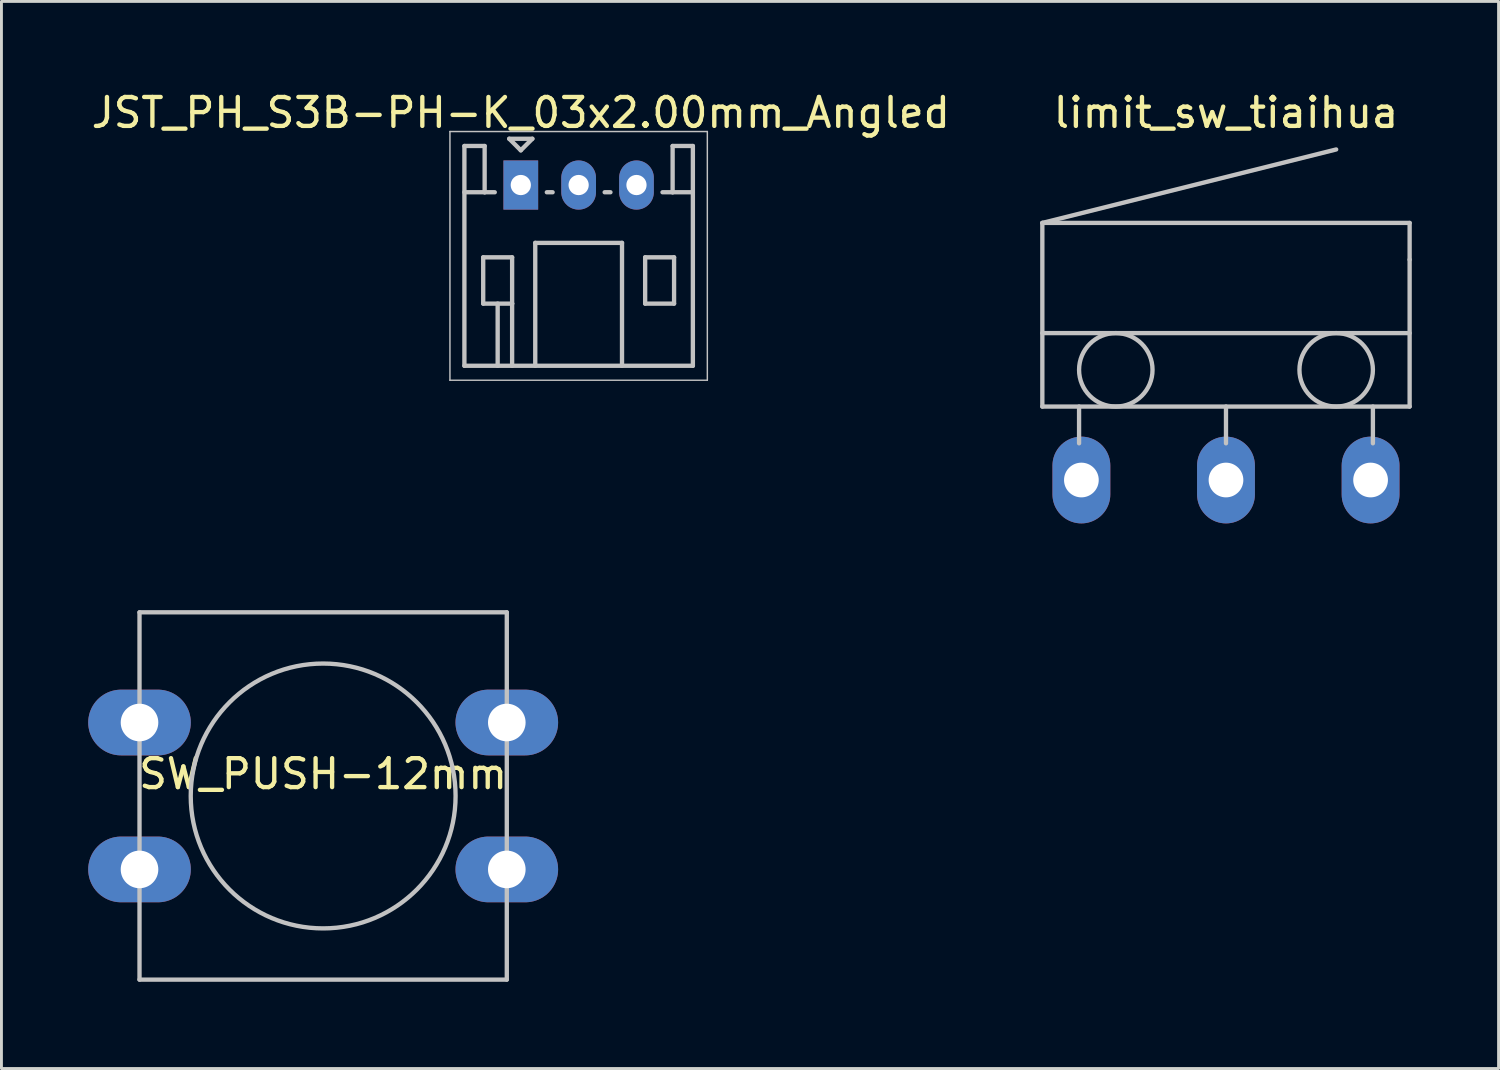
<source format=kicad_pcb>
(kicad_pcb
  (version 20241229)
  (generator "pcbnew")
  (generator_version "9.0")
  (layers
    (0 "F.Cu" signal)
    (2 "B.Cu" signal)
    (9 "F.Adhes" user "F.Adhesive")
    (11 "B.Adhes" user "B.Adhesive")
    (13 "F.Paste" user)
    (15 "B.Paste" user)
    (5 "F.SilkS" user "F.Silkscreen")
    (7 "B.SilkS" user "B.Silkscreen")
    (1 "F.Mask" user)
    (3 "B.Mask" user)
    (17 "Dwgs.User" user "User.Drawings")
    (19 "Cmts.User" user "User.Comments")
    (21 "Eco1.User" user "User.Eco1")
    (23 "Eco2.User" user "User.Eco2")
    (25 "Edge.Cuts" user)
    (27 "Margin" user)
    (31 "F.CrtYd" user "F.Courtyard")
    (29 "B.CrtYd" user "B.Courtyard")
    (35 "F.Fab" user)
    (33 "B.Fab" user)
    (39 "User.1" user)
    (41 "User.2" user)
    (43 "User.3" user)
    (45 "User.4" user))
  (footprint "JST_PH_S3B-PH-K_03x2.00mm_Angled"
    (layer "F.Cu")
    (at 14.958 3.348)
    (property "Reference" "JST_PH_S3B-PH-K_03x2.00mm_Angled" (at 0 -2.5 0) (layer "F.SilkS") (effects (font (size 1 1) (thickness 0.15))))
    (attr through_hole)
    (fp_line (start -2.45 -1.85) (end 6.45 -1.85) (stroke (width 0.05) (type solid)) (layer "Dwgs.User"))
    (fp_line (start -2.45 6.75) (end -2.45 -1.85) (stroke (width 0.05) (type solid)) (layer "Dwgs.User"))
    (fp_line (start -1.95 -1.35) (end -1.95 6.25) (stroke (width 0.15) (type solid)) (layer "Dwgs.User"))
    (fp_line (start -1.95 0.25) (end -1.25 0.25) (stroke (width 0.15) (type solid)) (layer "Dwgs.User"))
    (fp_line (start -1.95 6.25) (end 5.95 6.25) (stroke (width 0.15) (type solid)) (layer "Dwgs.User"))
    (fp_line (start -1.3 2.5) (end -1.3 4.1) (stroke (width 0.15) (type solid)) (layer "Dwgs.User"))
    (fp_line (start -1.3 4.1) (end -0.3 4.1) (stroke (width 0.15) (type solid)) (layer "Dwgs.User"))
    (fp_line (start -1.25 -1.35) (end -1.95 -1.35) (stroke (width 0.15) (type solid)) (layer "Dwgs.User"))
    (fp_line (start -1.25 0.25) (end -1.25 -1.35) (stroke (width 0.15) (type solid)) (layer "Dwgs.User"))
    (fp_line (start -0.9 0.25) (end -1.25 0.25) (stroke (width 0.15) (type solid)) (layer "Dwgs.User"))
    (fp_line (start -0.8 4.1) (end -0.8 6.25) (stroke (width 0.15) (type solid)) (layer "Dwgs.User"))
    (fp_line (start -0.4 -1.6) (end 0.4 -1.6) (stroke (width 0.15) (type solid)) (layer "Dwgs.User"))
    (fp_line (start -0.3 2.5) (end -1.3 2.5) (stroke (width 0.15) (type solid)) (layer "Dwgs.User"))
    (fp_line (start -0.3 4.1) (end -0.3 2.5) (stroke (width 0.15) (type solid)) (layer "Dwgs.User"))
    (fp_line (start -0.3 4.1) (end -0.3 6.25) (stroke (width 0.15) (type solid)) (layer "Dwgs.User"))
    (fp_line (start 0 -1.2) (end -0.4 -1.6) (stroke (width 0.15) (type solid)) (layer "Dwgs.User"))
    (fp_line (start 0.4 -1.6) (end 0 -1.2) (stroke (width 0.15) (type solid)) (layer "Dwgs.User"))
    (fp_line (start 0.5 2) (end 3.5 2) (stroke (width 0.15) (type solid)) (layer "Dwgs.User"))
    (fp_line (start 0.5 6.25) (end 0.5 2) (stroke (width 0.15) (type solid)) (layer "Dwgs.User"))
    (fp_line (start 0.9 0.25) (end 1.1 0.25) (stroke (width 0.15) (type solid)) (layer "Dwgs.User"))
    (fp_line (start 2.9 0.25) (end 3.1 0.25) (stroke (width 0.15) (type solid)) (layer "Dwgs.User"))
    (fp_line (start 3.5 2) (end 3.5 6.25) (stroke (width 0.15) (type solid)) (layer "Dwgs.User"))
    (fp_line (start 4.3 2.5) (end 5.3 2.5) (stroke (width 0.15) (type solid)) (layer "Dwgs.User"))
    (fp_line (start 4.3 4.1) (end 4.3 2.5) (stroke (width 0.15) (type solid)) (layer "Dwgs.User"))
    (fp_line (start 5.25 -1.35) (end 5.25 0.25) (stroke (width 0.15) (type solid)) (layer "Dwgs.User"))
    (fp_line (start 5.25 0.25) (end 4.9 0.25) (stroke (width 0.15) (type solid)) (layer "Dwgs.User"))
    (fp_line (start 5.3 2.5) (end 5.3 4.1) (stroke (width 0.15) (type solid)) (layer "Dwgs.User"))
    (fp_line (start 5.3 4.1) (end 4.3 4.1) (stroke (width 0.15) (type solid)) (layer "Dwgs.User"))
    (fp_line (start 5.95 -1.35) (end 5.25 -1.35) (stroke (width 0.15) (type solid)) (layer "Dwgs.User"))
    (fp_line (start 5.95 0.25) (end 5.25 0.25) (stroke (width 0.15) (type solid)) (layer "Dwgs.User"))
    (fp_line (start 5.95 6.25) (end 5.95 -1.35) (stroke (width 0.15) (type solid)) (layer "Dwgs.User"))
    (fp_line (start 6.45 -1.85) (end 6.45 6.75) (stroke (width 0.05) (type solid)) (layer "Dwgs.User"))
    (fp_line (start 6.45 6.75) (end -2.45 6.75) (stroke (width 0.05) (type solid)) (layer "Dwgs.User"))
    (pad "1" thru_hole rect (at 0 0) (size 1.2 1.7) (drill 0.7) (layers "*.Cu" "*.Mask"))
    (pad "2" thru_hole oval (at 2 0) (size 1.2 1.7) (drill 0.7) (layers "*.Cu" "*.Mask"))
    (pad "3" thru_hole oval (at 4 0) (size 1.2 1.7) (drill 0.7) (layers "*.Cu" "*.Mask")))
  (footprint "limit_sw_tiaihua"
    (layer "F.Cu")
    (at 39.342 13.548)
    (property "Reference" "limit_sw_tiaihua" (at 0 -12.7 0) (layer "F.SilkS") (effects (font (size 1 1) (thickness 0.15))))
    (attr through_hole)
    (fp_line (start -6.35 -8.89) (end -6.35 -2.54) (stroke (width 0.15) (type solid)) (layer "Dwgs.User"))
    (fp_line (start -6.35 -8.89) (end 3.81 -11.43) (stroke (width 0.15) (type solid)) (layer "Dwgs.User"))
    (fp_line (start -6.35 -5.08) (end 6.35 -5.08) (stroke (width 0.15) (type solid)) (layer "Dwgs.User"))
    (fp_line (start -6.35 -2.54) (end 6.35 -2.54) (stroke (width 0.15) (type solid)) (layer "Dwgs.User"))
    (fp_line (start -5.08 -1.27) (end -5.08 -2.54) (stroke (width 0.15) (type solid)) (layer "Dwgs.User"))
    (fp_line (start 0 -2.54) (end 0 -1.27) (stroke (width 0.15) (type solid)) (layer "Dwgs.User"))
    (fp_line (start 5.08 -2.54) (end 5.08 -1.27) (stroke (width 0.15) (type solid)) (layer "Dwgs.User"))
    (fp_line (start 6.35 -8.89) (end -6.35 -8.89) (stroke (width 0.15) (type solid)) (layer "Dwgs.User"))
    (fp_line (start 6.35 -7.62) (end 6.35 -8.89) (stroke (width 0.15) (type solid)) (layer "Dwgs.User"))
    (fp_line (start 6.35 -2.54) (end 6.35 -7.62) (stroke (width 0.15) (type solid)) (layer "Dwgs.User"))
    (fp_circle (center -3.81 -3.81) (end -2.54 -3.81) (stroke (width 0.15) (type solid)) (fill no) (layer "Dwgs.User"))
    (fp_circle (center 3.81 -3.81) (end 5.08 -3.81) (stroke (width 0.15) (type solid)) (fill no) (layer "Dwgs.User"))
    (pad "1" thru_hole oval (at 5 0 90) (size 3 2) (drill 1.2) (layers "*.Cu" "*.Mask"))
    (pad "2" thru_hole oval (at -5 0 90) (size 3 2) (drill 1.2) (layers "*.Cu" "*.Mask"))
    (pad "3" thru_hole oval (at 0 0 90) (size 3 2) (drill 1.2) (layers "*.Cu" "*.Mask")))
  (footprint "SW_PUSH-12mm"
    (layer "F.Cu")
    (at 8.124 24.473)
    (property "Reference" "SW_PUSH-12mm" (at 0 -0.762 0) (layer "F.SilkS") (effects (font (size 1 1) (thickness 0.15))))
    (attr through_hole)
    (fp_line (start -6.35 -6.35) (end 6.35 -6.35) (stroke (width 0.15) (type solid)) (layer "Dwgs.User"))
    (fp_line (start -6.35 6.35) (end -6.35 -6.35) (stroke (width 0.15) (type solid)) (layer "Dwgs.User"))
    (fp_line (start 6.35 -6.35) (end 6.35 6.35) (stroke (width 0.15) (type solid)) (layer "Dwgs.User"))
    (fp_line (start 6.35 6.35) (end -6.35 6.35) (stroke (width 0.15) (type solid)) (layer "Dwgs.User"))
    (fp_circle (center 0 0) (end 3.81 2.54) (stroke (width 0.15) (type solid)) (fill no) (layer "Dwgs.User"))
    (pad "1" thru_hole oval (at -6.35 -2.54) (size 3.548 2.272) (drill 1.3) (layers "*.Cu" "*.Mask"))
    (pad "1" thru_hole oval (at 6.35 -2.54) (size 3.548 2.272) (drill 1.3) (layers "*.Cu" "*.Mask"))
    (pad "2" thru_hole oval (at -6.35 2.54) (size 3.548 2.272) (drill 1.3) (layers "*.Cu" "*.Mask"))
    (pad "2" thru_hole oval (at 6.35 2.54) (size 3.548 2.272) (drill 1.3) (layers "*.Cu" "*.Mask")))
  (gr_rect
    (start -3 -3)
    (end 48.767 33.898)
    (stroke (width 0.1) (type default))
    (fill no)
    (layer "Edge.Cuts")))
</source>
